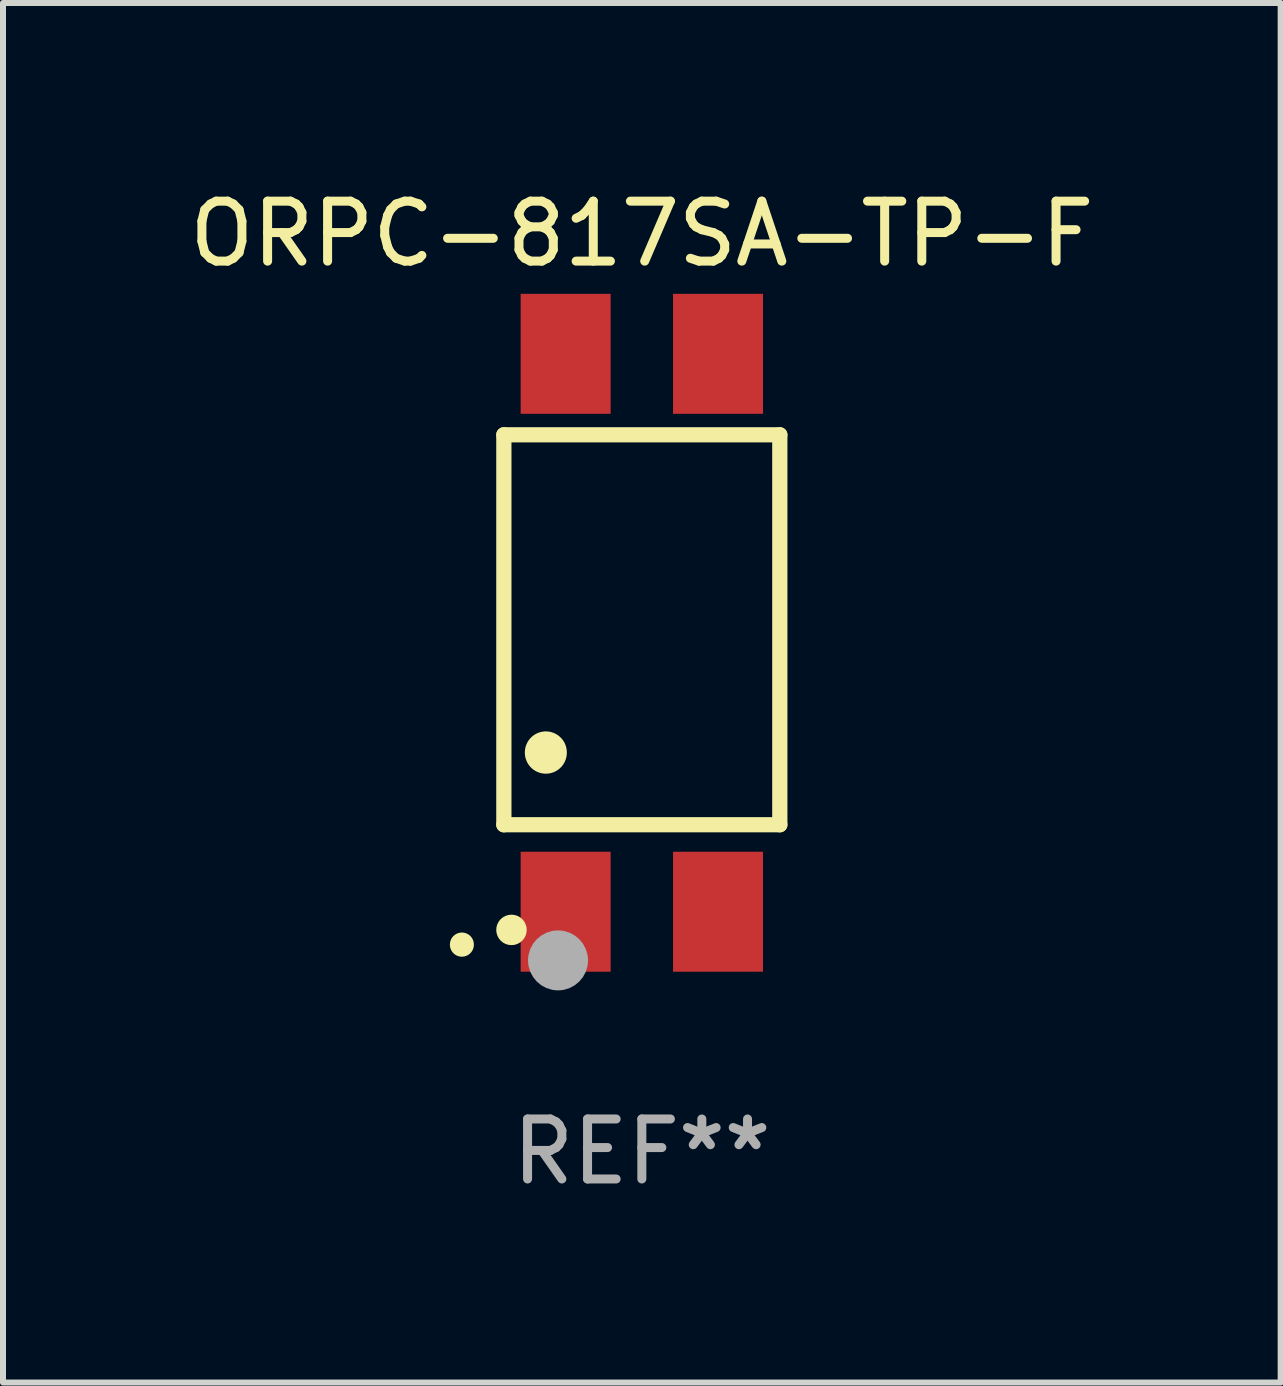
<source format=kicad_pcb>
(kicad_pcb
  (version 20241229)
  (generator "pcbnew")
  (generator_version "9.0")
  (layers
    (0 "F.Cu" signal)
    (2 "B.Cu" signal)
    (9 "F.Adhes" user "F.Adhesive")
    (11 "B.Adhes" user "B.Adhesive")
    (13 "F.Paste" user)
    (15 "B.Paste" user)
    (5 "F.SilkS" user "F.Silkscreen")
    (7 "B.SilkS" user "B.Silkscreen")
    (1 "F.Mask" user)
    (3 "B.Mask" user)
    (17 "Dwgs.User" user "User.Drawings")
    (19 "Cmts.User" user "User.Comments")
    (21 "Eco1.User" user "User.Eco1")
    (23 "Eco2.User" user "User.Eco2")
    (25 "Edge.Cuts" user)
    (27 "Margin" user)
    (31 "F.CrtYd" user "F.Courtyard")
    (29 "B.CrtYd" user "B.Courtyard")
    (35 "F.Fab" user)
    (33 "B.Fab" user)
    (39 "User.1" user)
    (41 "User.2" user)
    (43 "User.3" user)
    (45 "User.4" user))
  (footprint "ORPC-817SA-TP-F"
    (layer "F.Cu")
    (at 7.649 7.498)
    (property "Reference" "ORPC-817SA-TP-F" (at 0 -6.65 0) (layer "F.SilkS") (effects (font (size 1 1) (thickness 0.15))))
    (attr through_hole)
    (fp_line (start -2.3 -3.3) (end -2.3 3.2) (stroke (width 0.254) (type solid)) (layer "F.SilkS"))
    (fp_line (start -2.3 -3.3) (end 2.3 -3.3) (stroke (width 0.254) (type solid)) (layer "F.SilkS"))
    (fp_line (start -2.3 3.2) (end 2.3 3.2) (stroke (width 0.254) (type solid)) (layer "F.SilkS"))
    (fp_line (start 2.3 -3.3) (end 2.3 3.2) (stroke (width 0.254) (type solid)) (layer "F.SilkS"))
    (fp_arc (start -2.999746 5.19939) (mid -2.99975 5.19812) (end -2.999746 5.19685) (stroke (width 0.4) (type solid)) (layer "F.SilkS"))
    (fp_arc (start -1.600203 1.998984) (mid -1.600212 1.996444) (end -1.600203 1.993904) (stroke (width 0.700003) (type solid)) (layer "F.SilkS"))
    (fp_circle (center -2.173 4.953) (end -2.046 4.953) (stroke (width 0.254) (type solid)) (fill no) (layer "F.SilkS"))
    (fp_circle (center -1.397 5.461) (end -1.147 5.461) (stroke (width 0.5) (type solid)) (fill no) (layer "F.Fab"))
    (fp_text user "REF**" (at 0 8.65 0) (layer "F.Fab") (effects (font (size 1 1) (thickness 0.15))))
    (pad "1" smd rect (at -1.27 4.65 180) (size 1.5 2) (layers "F.Cu" "F.Mask" "F.Paste"))
    (pad "2" smd rect (at 1.27 4.65 180) (size 1.5 2) (layers "F.Cu" "F.Mask" "F.Paste"))
    (pad "3" smd rect (at 1.27 -4.65 180) (size 1.5 2) (layers "F.Cu" "F.Mask" "F.Paste"))
    (pad "4" smd rect (at -1.27 -4.65 180) (size 1.5 2) (layers "F.Cu" "F.Mask" "F.Paste")))
  (gr_rect
    (start -3 -3)
    (end 18.298 19.996)
    (stroke (width 0.1) (type default))
    (fill no)
    (layer "Edge.Cuts")))
</source>
